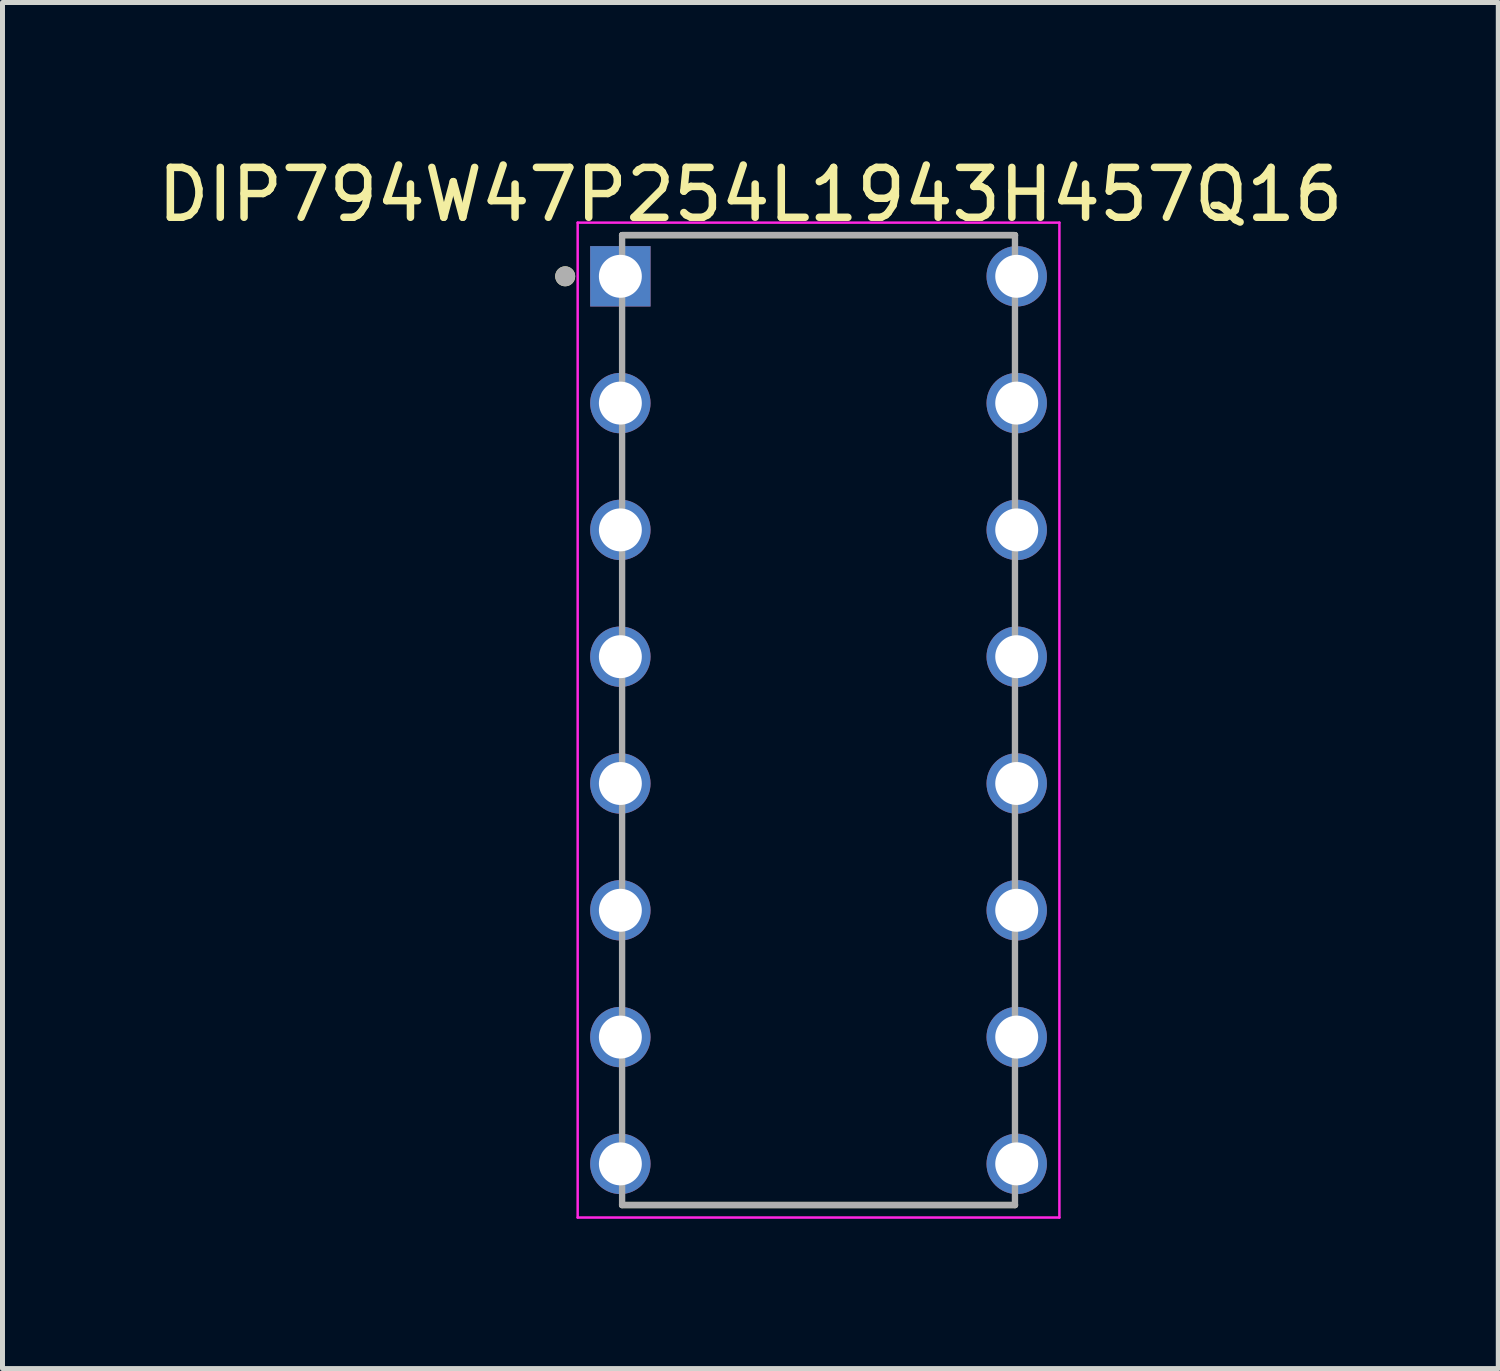
<source format=kicad_pcb>
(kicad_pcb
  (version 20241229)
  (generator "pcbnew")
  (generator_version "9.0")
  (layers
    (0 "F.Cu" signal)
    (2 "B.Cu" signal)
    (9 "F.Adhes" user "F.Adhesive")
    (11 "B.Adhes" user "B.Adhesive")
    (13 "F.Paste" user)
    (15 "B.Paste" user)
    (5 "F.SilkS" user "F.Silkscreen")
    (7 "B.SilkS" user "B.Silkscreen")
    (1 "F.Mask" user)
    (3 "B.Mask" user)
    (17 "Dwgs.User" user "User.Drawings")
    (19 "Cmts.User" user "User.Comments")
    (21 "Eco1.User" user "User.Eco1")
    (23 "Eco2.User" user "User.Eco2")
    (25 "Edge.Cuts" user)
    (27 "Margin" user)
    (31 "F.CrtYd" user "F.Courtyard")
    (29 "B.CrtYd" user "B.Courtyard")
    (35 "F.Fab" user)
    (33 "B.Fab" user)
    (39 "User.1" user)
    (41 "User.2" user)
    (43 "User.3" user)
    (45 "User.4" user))
  (footprint "DIP794W47P254L1943H457Q16"
    (layer "F.Cu")
    (at 13.347 11.375)
    (property "Reference" "DIP794W47P254L1943H457Q16" (at -1.365 -10.527 0) (layer "F.SilkS") (effects (font (size 1 1) (thickness 0.15))))
    (attr through_hole)
    (fp_line (start -3.935 -9.715) (end 3.935 -9.715) (stroke (width 0.127) (type solid)) (layer "F.SilkS"))
    (fp_line (start -3.935 9.715) (end 3.935 9.715) (stroke (width 0.127) (type solid)) (layer "F.SilkS"))
    (fp_circle (center -5.075 -8.89) (end -4.975 -8.89) (stroke (width 0.2) (type solid)) (fill no) (layer "F.SilkS"))
    (fp_line (start -4.825 -9.965) (end -4.825 9.965) (stroke (width 0.05) (type solid)) (layer "F.CrtYd"))
    (fp_line (start 4.825 -9.965) (end -4.825 -9.965) (stroke (width 0.05) (type solid)) (layer "F.CrtYd"))
    (fp_line (start 4.825 -9.965) (end 4.825 9.965) (stroke (width 0.05) (type solid)) (layer "F.CrtYd"))
    (fp_line (start 4.825 9.965) (end -4.825 9.965) (stroke (width 0.05) (type solid)) (layer "F.CrtYd"))
    (fp_line (start -3.935 -9.715) (end -3.935 9.715) (stroke (width 0.127) (type solid)) (layer "F.Fab"))
    (fp_line (start -3.935 -9.715) (end 3.935 -9.715) (stroke (width 0.127) (type solid)) (layer "F.Fab"))
    (fp_line (start -3.935 9.715) (end 3.935 9.715) (stroke (width 0.127) (type solid)) (layer "F.Fab"))
    (fp_line (start 3.935 -9.715) (end 3.935 9.715) (stroke (width 0.127) (type solid)) (layer "F.Fab"))
    (fp_circle (center -5.075 -8.89) (end -4.975 -8.89) (stroke (width 0.2) (type solid)) (fill no) (layer "F.Fab"))
    (pad "1" thru_hole rect (at -3.97 -8.89) (size 1.21 1.21) (drill 0.86) (layers "*.Cu" "*.Mask"))
    (pad "2" thru_hole circle (at -3.97 -6.35) (size 1.21 1.21) (drill 0.86) (layers "*.Cu" "*.Mask"))
    (pad "3" thru_hole circle (at -3.97 -3.81) (size 1.21 1.21) (drill 0.86) (layers "*.Cu" "*.Mask"))
    (pad "4" thru_hole circle (at -3.97 -1.27) (size 1.21 1.21) (drill 0.86) (layers "*.Cu" "*.Mask"))
    (pad "5" thru_hole circle (at -3.97 1.27) (size 1.21 1.21) (drill 0.86) (layers "*.Cu" "*.Mask"))
    (pad "6" thru_hole circle (at -3.97 3.81) (size 1.21 1.21) (drill 0.86) (layers "*.Cu" "*.Mask"))
    (pad "7" thru_hole circle (at -3.97 6.35) (size 1.21 1.21) (drill 0.86) (layers "*.Cu" "*.Mask"))
    (pad "8" thru_hole circle (at -3.97 8.89) (size 1.21 1.21) (drill 0.86) (layers "*.Cu" "*.Mask"))
    (pad "9" thru_hole circle (at 3.97 8.89) (size 1.21 1.21) (drill 0.86) (layers "*.Cu" "*.Mask"))
    (pad "10" thru_hole circle (at 3.97 6.35) (size 1.21 1.21) (drill 0.86) (layers "*.Cu" "*.Mask"))
    (pad "11" thru_hole circle (at 3.97 3.81) (size 1.21 1.21) (drill 0.86) (layers "*.Cu" "*.Mask"))
    (pad "12" thru_hole circle (at 3.97 1.27) (size 1.21 1.21) (drill 0.86) (layers "*.Cu" "*.Mask"))
    (pad "13" thru_hole circle (at 3.97 -1.27) (size 1.21 1.21) (drill 0.86) (layers "*.Cu" "*.Mask"))
    (pad "14" thru_hole circle (at 3.97 -3.81) (size 1.21 1.21) (drill 0.86) (layers "*.Cu" "*.Mask"))
    (pad "15" thru_hole circle (at 3.97 -6.35) (size 1.21 1.21) (drill 0.86) (layers "*.Cu" "*.Mask"))
    (pad "16" thru_hole circle (at 3.97 -8.89) (size 1.21 1.21) (drill 0.86) (layers "*.Cu" "*.Mask")))
  (gr_rect
    (start -3 -3)
    (end 26.964 24.365)
    (stroke (width 0.1) (type default))
    (fill no)
    (layer "Edge.Cuts")))
</source>
